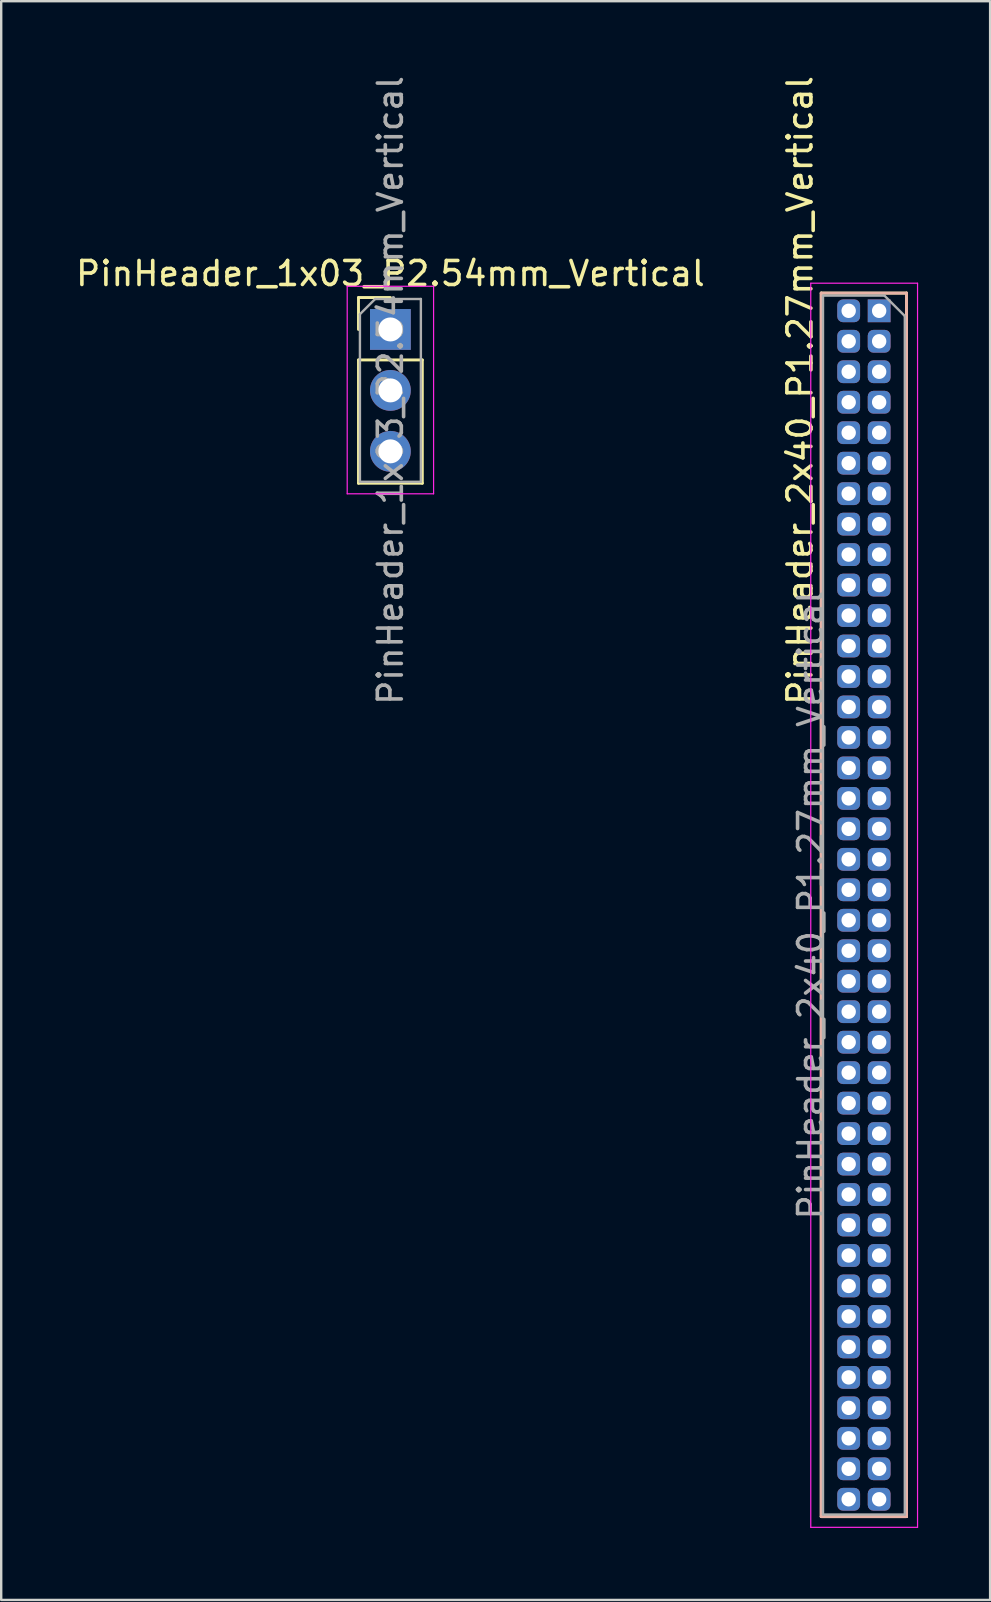
<source format=kicad_pcb>
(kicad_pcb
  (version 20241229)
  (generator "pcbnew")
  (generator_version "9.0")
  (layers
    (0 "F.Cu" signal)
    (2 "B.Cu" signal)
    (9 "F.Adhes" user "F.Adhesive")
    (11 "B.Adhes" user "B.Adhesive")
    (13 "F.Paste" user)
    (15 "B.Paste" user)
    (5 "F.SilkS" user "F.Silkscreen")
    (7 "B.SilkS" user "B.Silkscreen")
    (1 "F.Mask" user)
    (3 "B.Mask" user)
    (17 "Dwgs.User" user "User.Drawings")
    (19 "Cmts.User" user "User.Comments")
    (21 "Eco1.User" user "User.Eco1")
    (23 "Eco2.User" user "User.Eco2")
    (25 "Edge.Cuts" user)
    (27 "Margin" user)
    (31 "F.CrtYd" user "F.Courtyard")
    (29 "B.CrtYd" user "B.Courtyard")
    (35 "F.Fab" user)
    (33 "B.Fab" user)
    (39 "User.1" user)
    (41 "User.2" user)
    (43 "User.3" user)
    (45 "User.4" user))
  (footprint "PinHeader_2x40_P1.27mm_Vertical"
    (layer "F.Cu")
    (at 31.049 9.903)
    (property "Reference" "PinHeader_2x40_P1.27mm_Vertical" (at -0.76 3.317 270) (layer "F.SilkS") (effects (font (size 1 1) (thickness 0.15))))
    (attr through_hole exclude_from_pos_files allow_soldermask_bridges)
    (fp_line (start 0.126 -0.738) (end 0.126 50.252) (stroke (width 0.12) (type solid)) (layer "F.SilkS"))
    (fp_line (start 0.126 50.252) (end 3.682 50.252) (stroke (width 0.12) (type solid)) (layer "F.SilkS"))
    (fp_line (start 3.682 -0.738) (end 0.126 -0.738) (stroke (width 0.12) (type solid)) (layer "F.SilkS"))
    (fp_line (start 3.682 50.252) (end 3.682 -0.738) (stroke (width 0.12) (type solid)) (layer "F.SilkS"))
    (fp_line (start 0.126 -0.738) (end 0.126 50.252) (stroke (width 0.12) (type solid)) (layer "B.SilkS"))
    (fp_line (start 0.126 50.252) (end 3.682 50.252) (stroke (width 0.12) (type solid)) (layer "B.SilkS"))
    (fp_line (start 3.682 -0.738) (end 0.126 -0.738) (stroke (width 0.12) (type solid)) (layer "B.SilkS"))
    (fp_line (start 3.682 50.252) (end 3.682 -0.738) (stroke (width 0.12) (type solid)) (layer "B.SilkS"))
    (fp_line (start -0.31 -1.15) (end 4.14 -1.15) (stroke (width 0.05) (type solid)) (layer "F.CrtYd"))
    (fp_line (start -0.31 50.7) (end -0.31 -1.15) (stroke (width 0.05) (type solid)) (layer "F.CrtYd"))
    (fp_line (start 4.14 -1.15) (end 4.14 50.7) (stroke (width 0.05) (type solid)) (layer "F.CrtYd"))
    (fp_line (start 4.14 50.7) (end -0.31 50.7) (stroke (width 0.05) (type solid)) (layer "F.CrtYd"))
    (fp_line (start 0.2 -0.635) (end 0.2 50.165) (stroke (width 0.1) (type solid)) (layer "F.Fab"))
    (fp_line (start 0.2 50.165) (end 3.61 50.165) (stroke (width 0.1) (type solid)) (layer "F.Fab"))
    (fp_line (start 2.757 -0.635) (end 0.2 -0.635) (stroke (width 0.1) (type solid)) (layer "F.Fab"))
    (fp_line (start 3.61 0.217) (end 2.757 -0.635) (stroke (width 0.1) (type solid)) (layer "F.Fab"))
    (fp_line (start 3.61 50.165) (end 3.61 0.217) (stroke (width 0.1) (type solid)) (layer "F.Fab"))
    (fp_text user "${REFERENCE}" (at -0.315 24.765 270) (layer "F.Fab") (effects (font (size 1 1) (thickness 0.15))))
    (pad "1" thru_hole rect (at 2.54 0) (size 0.95 0.95) (drill 0.6) (layers "*.Cu" "*.Mask"))
    (pad "2" thru_hole roundrect (at 1.27 0) (size 0.95 0.95) (drill 0.6) (layers "*.Cu" "*.Mask") (roundrect_rratio 0.25))
    (pad "3" thru_hole roundrect (at 2.54 1.27) (size 0.95 0.95) (drill 0.6) (layers "*.Cu" "*.Mask") (roundrect_rratio 0.25))
    (pad "4" thru_hole roundrect (at 1.27 1.27) (size 0.95 0.95) (drill 0.6) (layers "*.Cu" "*.Mask") (roundrect_rratio 0.25))
    (pad "5" thru_hole roundrect (at 2.54 2.54) (size 0.95 0.95) (drill 0.6) (layers "*.Cu" "*.Mask") (roundrect_rratio 0.25))
    (pad "6" thru_hole roundrect (at 1.27 2.54) (size 0.95 0.95) (drill 0.6) (layers "*.Cu" "*.Mask") (roundrect_rratio 0.25))
    (pad "7" thru_hole roundrect (at 2.54 3.81) (size 0.95 0.95) (drill 0.6) (layers "*.Cu" "*.Mask") (roundrect_rratio 0.25))
    (pad "8" thru_hole roundrect (at 1.27 3.81) (size 0.95 0.95) (drill 0.6) (layers "*.Cu" "*.Mask") (roundrect_rratio 0.25))
    (pad "9" thru_hole roundrect (at 2.54 5.08) (size 0.95 0.95) (drill 0.6) (layers "*.Cu" "*.Mask") (roundrect_rratio 0.25))
    (pad "10" thru_hole roundrect (at 1.27 5.08) (size 0.95 0.95) (drill 0.6) (layers "*.Cu" "*.Mask") (roundrect_rratio 0.25))
    (pad "11" thru_hole roundrect (at 2.54 6.35) (size 0.95 0.95) (drill 0.6) (layers "*.Cu" "*.Mask") (roundrect_rratio 0.25))
    (pad "12" thru_hole roundrect (at 1.27 6.35) (size 0.95 0.95) (drill 0.6) (layers "*.Cu" "*.Mask") (roundrect_rratio 0.25))
    (pad "13" thru_hole roundrect (at 2.54 7.62) (size 0.95 0.95) (drill 0.6) (layers "*.Cu" "*.Mask") (roundrect_rratio 0.25))
    (pad "14" thru_hole roundrect (at 1.27 7.62) (size 0.95 0.95) (drill 0.6) (layers "*.Cu" "*.Mask") (roundrect_rratio 0.25))
    (pad "15" thru_hole roundrect (at 2.54 8.89) (size 0.95 0.95) (drill 0.6) (layers "*.Cu" "*.Mask") (roundrect_rratio 0.25))
    (pad "16" thru_hole roundrect (at 1.27 8.89) (size 0.95 0.95) (drill 0.6) (layers "*.Cu" "*.Mask") (roundrect_rratio 0.25))
    (pad "17" thru_hole roundrect (at 2.54 10.16) (size 0.95 0.95) (drill 0.6) (layers "*.Cu" "*.Mask") (roundrect_rratio 0.25))
    (pad "18" thru_hole roundrect (at 1.27 10.16) (size 0.95 0.95) (drill 0.6) (layers "*.Cu" "*.Mask") (roundrect_rratio 0.25))
    (pad "19" thru_hole roundrect (at 2.54 11.43) (size 0.95 0.95) (drill 0.6) (layers "*.Cu" "*.Mask") (roundrect_rratio 0.25))
    (pad "20" thru_hole roundrect (at 1.27 11.43) (size 0.95 0.95) (drill 0.6) (layers "*.Cu" "*.Mask") (roundrect_rratio 0.25))
    (pad "21" thru_hole roundrect (at 2.54 12.7) (size 0.95 0.95) (drill 0.6) (layers "*.Cu" "*.Mask") (roundrect_rratio 0.25))
    (pad "22" thru_hole roundrect (at 1.27 12.7) (size 0.95 0.95) (drill 0.6) (layers "*.Cu" "*.Mask") (roundrect_rratio 0.25))
    (pad "23" thru_hole roundrect (at 2.54 13.97) (size 0.95 0.95) (drill 0.6) (layers "*.Cu" "*.Mask") (roundrect_rratio 0.25))
    (pad "24" thru_hole roundrect (at 1.27 13.97) (size 0.95 0.95) (drill 0.6) (layers "*.Cu" "*.Mask") (roundrect_rratio 0.25))
    (pad "25" thru_hole roundrect (at 2.54 15.24) (size 0.95 0.95) (drill 0.6) (layers "*.Cu" "*.Mask") (roundrect_rratio 0.25))
    (pad "26" thru_hole roundrect (at 1.27 15.24) (size 0.95 0.95) (drill 0.6) (layers "*.Cu" "*.Mask") (roundrect_rratio 0.25))
    (pad "27" thru_hole roundrect (at 2.54 16.51) (size 0.95 0.95) (drill 0.6) (layers "*.Cu" "*.Mask") (roundrect_rratio 0.25))
    (pad "28" thru_hole roundrect (at 1.27 16.51) (size 0.95 0.95) (drill 0.6) (layers "*.Cu" "*.Mask") (roundrect_rratio 0.25))
    (pad "29" thru_hole roundrect (at 2.54 17.78) (size 0.95 0.95) (drill 0.6) (layers "*.Cu" "*.Mask") (roundrect_rratio 0.25))
    (pad "30" thru_hole roundrect (at 1.27 17.78) (size 0.95 0.95) (drill 0.6) (layers "*.Cu" "*.Mask") (roundrect_rratio 0.25))
    (pad "31" thru_hole roundrect (at 2.54 19.05) (size 0.95 0.95) (drill 0.6) (layers "*.Cu" "*.Mask") (roundrect_rratio 0.25))
    (pad "32" thru_hole roundrect (at 1.27 19.05) (size 0.95 0.95) (drill 0.6) (layers "*.Cu" "*.Mask") (roundrect_rratio 0.25))
    (pad "33" thru_hole roundrect (at 2.54 20.32) (size 0.95 0.95) (drill 0.6) (layers "*.Cu" "*.Mask") (roundrect_rratio 0.25))
    (pad "34" thru_hole roundrect (at 1.27 20.32) (size 0.95 0.95) (drill 0.6) (layers "*.Cu" "*.Mask") (roundrect_rratio 0.25))
    (pad "35" thru_hole roundrect (at 2.54 21.59) (size 0.95 0.95) (drill 0.6) (layers "*.Cu" "*.Mask") (roundrect_rratio 0.25))
    (pad "36" thru_hole roundrect (at 1.27 21.59) (size 0.95 0.95) (drill 0.6) (layers "*.Cu" "*.Mask") (roundrect_rratio 0.25))
    (pad "37" thru_hole roundrect (at 2.54 22.86) (size 0.95 0.95) (drill 0.6) (layers "*.Cu" "*.Mask") (roundrect_rratio 0.25))
    (pad "38" thru_hole roundrect (at 1.27 22.86) (size 0.95 0.95) (drill 0.6) (layers "*.Cu" "*.Mask") (roundrect_rratio 0.25))
    (pad "39" thru_hole roundrect (at 2.54 24.13) (size 0.95 0.95) (drill 0.6) (layers "*.Cu" "*.Mask") (roundrect_rratio 0.25))
    (pad "40" thru_hole roundrect (at 1.27 24.13) (size 0.95 0.95) (drill 0.6) (layers "*.Cu" "*.Mask") (roundrect_rratio 0.25))
    (pad "41" thru_hole roundrect (at 2.54 25.4) (size 0.95 0.95) (drill 0.6) (layers "*.Cu" "*.Mask") (roundrect_rratio 0.25))
    (pad "42" thru_hole roundrect (at 1.27 25.4) (size 0.95 0.95) (drill 0.6) (layers "*.Cu" "*.Mask") (roundrect_rratio 0.25))
    (pad "43" thru_hole roundrect (at 2.54 26.67) (size 0.95 0.95) (drill 0.6) (layers "*.Cu" "*.Mask") (roundrect_rratio 0.25))
    (pad "44" thru_hole roundrect (at 1.27 26.67) (size 0.95 0.95) (drill 0.6) (layers "*.Cu" "*.Mask") (roundrect_rratio 0.25))
    (pad "45" thru_hole roundrect (at 2.54 27.94) (size 0.95 0.95) (drill 0.6) (layers "*.Cu" "*.Mask") (roundrect_rratio 0.25))
    (pad "46" thru_hole roundrect (at 1.27 27.94) (size 0.95 0.95) (drill 0.6) (layers "*.Cu" "*.Mask") (roundrect_rratio 0.25))
    (pad "47" thru_hole roundrect (at 2.54 29.21) (size 0.95 0.95) (drill 0.6) (layers "*.Cu" "*.Mask") (roundrect_rratio 0.25))
    (pad "48" thru_hole roundrect (at 1.27 29.21) (size 0.95 0.95) (drill 0.6) (layers "*.Cu" "*.Mask") (roundrect_rratio 0.25))
    (pad "49" thru_hole roundrect (at 2.54 30.48) (size 0.95 0.95) (drill 0.6) (layers "*.Cu" "*.Mask") (roundrect_rratio 0.25))
    (pad "50" thru_hole roundrect (at 1.27 30.48) (size 0.95 0.95) (drill 0.6) (layers "*.Cu" "*.Mask") (roundrect_rratio 0.25))
    (pad "51" thru_hole roundrect (at 2.54 31.75) (size 0.95 0.95) (drill 0.6) (layers "*.Cu" "*.Mask") (roundrect_rratio 0.25))
    (pad "52" thru_hole roundrect (at 1.27 31.75) (size 0.95 0.95) (drill 0.6) (layers "*.Cu" "*.Mask") (roundrect_rratio 0.25))
    (pad "53" thru_hole roundrect (at 2.54 33.02) (size 0.95 0.95) (drill 0.6) (layers "*.Cu" "*.Mask") (roundrect_rratio 0.25))
    (pad "54" thru_hole roundrect (at 1.27 33.02) (size 0.95 0.95) (drill 0.6) (layers "*.Cu" "*.Mask") (roundrect_rratio 0.25))
    (pad "55" thru_hole roundrect (at 2.54 34.29) (size 0.95 0.95) (drill 0.6) (layers "*.Cu" "*.Mask") (roundrect_rratio 0.25))
    (pad "56" thru_hole roundrect (at 1.27 34.29) (size 0.95 0.95) (drill 0.6) (layers "*.Cu" "*.Mask") (roundrect_rratio 0.25))
    (pad "57" thru_hole roundrect (at 2.54 35.56) (size 0.95 0.95) (drill 0.6) (layers "*.Cu" "*.Mask") (roundrect_rratio 0.25))
    (pad "58" thru_hole roundrect (at 1.27 35.56) (size 0.95 0.95) (drill 0.6) (layers "*.Cu" "*.Mask") (roundrect_rratio 0.25))
    (pad "59" thru_hole roundrect (at 2.54 36.83) (size 0.95 0.95) (drill 0.6) (layers "*.Cu" "*.Mask") (roundrect_rratio 0.25))
    (pad "60" thru_hole roundrect (at 1.27 36.83) (size 0.95 0.95) (drill 0.6) (layers "*.Cu" "*.Mask") (roundrect_rratio 0.25))
    (pad "61" thru_hole roundrect (at 2.54 38.1) (size 0.95 0.95) (drill 0.6) (layers "*.Cu" "*.Mask") (roundrect_rratio 0.25))
    (pad "62" thru_hole roundrect (at 1.27 38.1) (size 0.95 0.95) (drill 0.6) (layers "*.Cu" "*.Mask") (roundrect_rratio 0.25))
    (pad "63" thru_hole roundrect (at 2.54 39.37) (size 0.95 0.95) (drill 0.6) (layers "*.Cu" "*.Mask") (roundrect_rratio 0.25))
    (pad "64" thru_hole roundrect (at 1.27 39.37) (size 0.95 0.95) (drill 0.6) (layers "*.Cu" "*.Mask") (roundrect_rratio 0.25))
    (pad "65" thru_hole roundrect (at 2.54 40.64) (size 0.95 0.95) (drill 0.6) (layers "*.Cu" "*.Mask") (roundrect_rratio 0.25))
    (pad "66" thru_hole roundrect (at 1.27 40.64) (size 0.95 0.95) (drill 0.6) (layers "*.Cu" "*.Mask") (roundrect_rratio 0.25))
    (pad "67" thru_hole roundrect (at 2.54 41.91) (size 0.95 0.95) (drill 0.6) (layers "*.Cu" "*.Mask") (roundrect_rratio 0.25))
    (pad "68" thru_hole roundrect (at 1.27 41.91) (size 0.95 0.95) (drill 0.6) (layers "*.Cu" "*.Mask") (roundrect_rratio 0.25))
    (pad "69" thru_hole roundrect (at 2.54 43.18) (size 0.95 0.95) (drill 0.6) (layers "*.Cu" "*.Mask") (roundrect_rratio 0.25))
    (pad "70" thru_hole roundrect (at 1.27 43.18) (size 0.95 0.95) (drill 0.6) (layers "*.Cu" "*.Mask") (roundrect_rratio 0.25))
    (pad "71" thru_hole roundrect (at 2.54 44.45) (size 0.95 0.95) (drill 0.6) (layers "*.Cu" "*.Mask") (roundrect_rratio 0.25))
    (pad "72" thru_hole roundrect (at 1.27 44.45) (size 0.95 0.95) (drill 0.6) (layers "*.Cu" "*.Mask") (roundrect_rratio 0.25))
    (pad "73" thru_hole roundrect (at 2.54 45.72) (size 0.95 0.95) (drill 0.6) (layers "*.Cu" "*.Mask") (roundrect_rratio 0.25))
    (pad "74" thru_hole roundrect (at 1.27 45.72) (size 0.95 0.95) (drill 0.6) (layers "*.Cu" "*.Mask") (roundrect_rratio 0.25))
    (pad "75" thru_hole roundrect (at 2.54 46.99) (size 0.95 0.95) (drill 0.6) (layers "*.Cu" "*.Mask") (roundrect_rratio 0.25))
    (pad "76" thru_hole roundrect (at 1.27 46.99) (size 0.95 0.95) (drill 0.6) (layers "*.Cu" "*.Mask") (roundrect_rratio 0.25))
    (pad "77" thru_hole roundrect (at 2.54 48.26) (size 0.95 0.95) (drill 0.6) (layers "*.Cu" "*.Mask") (roundrect_rratio 0.25))
    (pad "78" thru_hole roundrect (at 1.27 48.26) (size 0.95 0.95) (drill 0.6) (layers "*.Cu" "*.Mask") (roundrect_rratio 0.25))
    (pad "79" thru_hole roundrect (at 2.54 49.53) (size 0.95 0.95) (drill 0.6) (layers "*.Cu" "*.Mask") (roundrect_rratio 0.25))
    (pad "80" thru_hole roundrect (at 1.27 49.53) (size 0.95 0.95) (drill 0.6) (layers "*.Cu" "*.Mask") (roundrect_rratio 0.25)))
  (footprint "PinHeader_1x03_P2.54mm_Vertical"
    (layer "F.Cu")
    (at 13.22 10.68)
    (property "Reference" "PinHeader_1x03_P2.54mm_Vertical" (at 0 -2.33 0) (layer "F.SilkS") (effects (font (size 1 1) (thickness 0.15))))
    (attr through_hole)
    (fp_line (start -1.33 -1.33) (end 0 -1.33) (stroke (width 0.12) (type solid)) (layer "F.SilkS"))
    (fp_line (start -1.33 0) (end -1.33 -1.33) (stroke (width 0.12) (type solid)) (layer "F.SilkS"))
    (fp_line (start -1.33 1.27) (end -1.33 6.41) (stroke (width 0.12) (type solid)) (layer "F.SilkS"))
    (fp_line (start -1.33 1.27) (end 1.33 1.27) (stroke (width 0.12) (type solid)) (layer "F.SilkS"))
    (fp_line (start -1.33 6.41) (end 1.33 6.41) (stroke (width 0.12) (type solid)) (layer "F.SilkS"))
    (fp_line (start 1.33 1.27) (end 1.33 6.41) (stroke (width 0.12) (type solid)) (layer "F.SilkS"))
    (fp_line (start -1.8 -1.8) (end -1.8 6.85) (stroke (width 0.05) (type solid)) (layer "F.CrtYd"))
    (fp_line (start -1.8 6.85) (end 1.8 6.85) (stroke (width 0.05) (type solid)) (layer "F.CrtYd"))
    (fp_line (start 1.8 -1.8) (end -1.8 -1.8) (stroke (width 0.05) (type solid)) (layer "F.CrtYd"))
    (fp_line (start 1.8 6.85) (end 1.8 -1.8) (stroke (width 0.05) (type solid)) (layer "F.CrtYd"))
    (fp_line (start -1.27 -0.635) (end -0.635 -1.27) (stroke (width 0.1) (type solid)) (layer "F.Fab"))
    (fp_line (start -1.27 6.35) (end -1.27 -0.635) (stroke (width 0.1) (type solid)) (layer "F.Fab"))
    (fp_line (start -0.635 -1.27) (end 1.27 -1.27) (stroke (width 0.1) (type solid)) (layer "F.Fab"))
    (fp_line (start 1.27 -1.27) (end 1.27 6.35) (stroke (width 0.1) (type solid)) (layer "F.Fab"))
    (fp_line (start 1.27 6.35) (end -1.27 6.35) (stroke (width 0.1) (type solid)) (layer "F.Fab"))
    (fp_text user "${REFERENCE}" (at 0 2.54 90) (layer "F.Fab") (effects (font (size 1 1) (thickness 0.15))))
    (pad "1" thru_hole rect (at 0 0) (size 1.7 1.7) (drill 1) (layers "*.Cu" "*.Mask"))
    (pad "2" thru_hole oval (at 0 2.54) (size 1.7 1.7) (drill 1) (layers "*.Cu" "*.Mask"))
    (pad "3" thru_hole oval (at 0 5.08) (size 1.7 1.7) (drill 1) (layers "*.Cu" "*.Mask")))
  (gr_rect
    (start -3 -3)
    (end 38.214 63.628)
    (stroke (width 0.1) (type default))
    (fill no)
    (layer "Edge.Cuts")))
</source>
